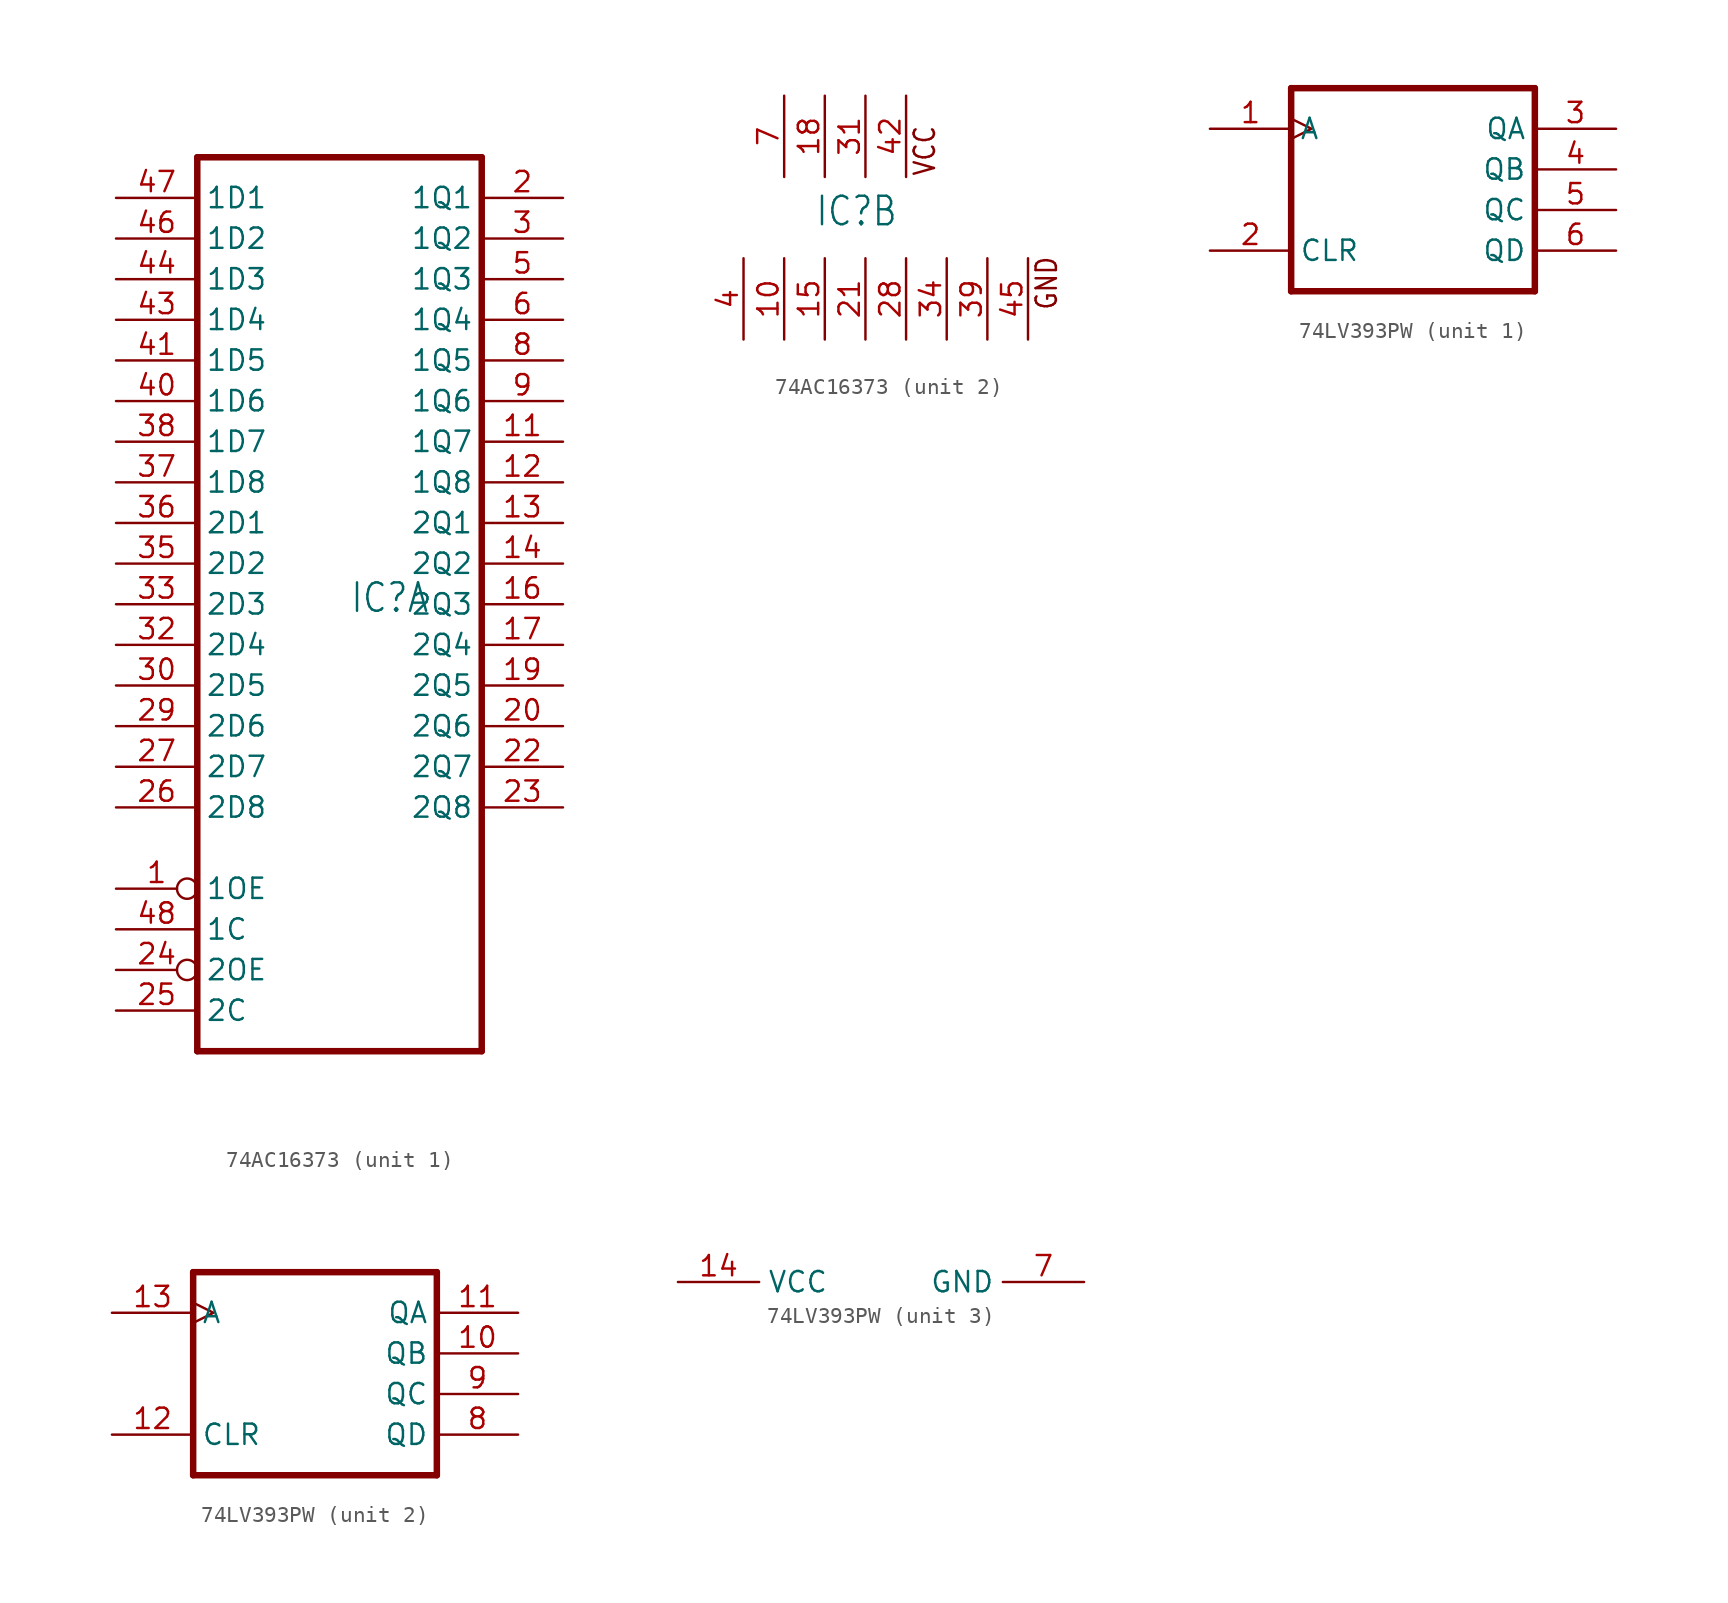
<source format=kicad_sym>
(kicad_symbol_lib
  (version 20231120)
  (generator "kicad_symbol_editor")
  (generator_version "8.0")
  (symbol "74AC16373"
    (property "Reference" "IC"
      (at -0.635 -0.635 0)
      (effects (font (size 1.778 1.511)) (justify left bottom)))
    (property "ki_locked" ""
      (at 0 0 0)
      (effects (font (size 1.27 1.27))))
    (symbol "74AC16373_1_0"
      (polyline (pts (xy -10.16 27.94) (xy -10.16 -27.94)) (stroke (width 0.406) (type solid)) (fill (type none)))
      (polyline (pts (xy -10.16 27.94) (xy 7.62 27.94)) (stroke (width 0.406) (type solid)) (fill (type none)))
      (polyline (pts (xy 7.62 -27.94) (xy -10.16 -27.94)) (stroke (width 0.406) (type solid)) (fill (type none)))
      (polyline (pts (xy 7.62 -27.94) (xy 7.62 27.94)) (stroke (width 0.406) (type solid)) (fill (type none)))
      (pin input inverted (at -15.24 -17.78 0) (length 5.08) (name "1OE" (effects (font (size 1.27 1.27)))) (number "1" (effects (font (size 1.27 1.27)))))
      (pin tri_state line (at 12.7 10.16 180) (length 5.08) (name "1Q7" (effects (font (size 1.27 1.27)))) (number "11" (effects (font (size 1.27 1.27)))))
      (pin tri_state line (at 12.7 7.62 180) (length 5.08) (name "1Q8" (effects (font (size 1.27 1.27)))) (number "12" (effects (font (size 1.27 1.27)))))
      (pin tri_state line (at 12.7 5.08 180) (length 5.08) (name "2Q1" (effects (font (size 1.27 1.27)))) (number "13" (effects (font (size 1.27 1.27)))))
      (pin tri_state line (at 12.7 2.54 180) (length 5.08) (name "2Q2" (effects (font (size 1.27 1.27)))) (number "14" (effects (font (size 1.27 1.27)))))
      (pin tri_state line (at 12.7 0 180) (length 5.08) (name "2Q3" (effects (font (size 1.27 1.27)))) (number "16" (effects (font (size 1.27 1.27)))))
      (pin tri_state line (at 12.7 -2.54 180) (length 5.08) (name "2Q4" (effects (font (size 1.27 1.27)))) (number "17" (effects (font (size 1.27 1.27)))))
      (pin tri_state line (at 12.7 -5.08 180) (length 5.08) (name "2Q5" (effects (font (size 1.27 1.27)))) (number "19" (effects (font (size 1.27 1.27)))))
      (pin tri_state line (at 12.7 25.4 180) (length 5.08) (name "1Q1" (effects (font (size 1.27 1.27)))) (number "2" (effects (font (size 1.27 1.27)))))
      (pin tri_state line (at 12.7 -7.62 180) (length 5.08) (name "2Q6" (effects (font (size 1.27 1.27)))) (number "20" (effects (font (size 1.27 1.27)))))
      (pin tri_state line (at 12.7 -10.16 180) (length 5.08) (name "2Q7" (effects (font (size 1.27 1.27)))) (number "22" (effects (font (size 1.27 1.27)))))
      (pin tri_state line (at 12.7 -12.7 180) (length 5.08) (name "2Q8" (effects (font (size 1.27 1.27)))) (number "23" (effects (font (size 1.27 1.27)))))
      (pin input inverted (at -15.24 -22.86 0) (length 5.08) (name "2OE" (effects (font (size 1.27 1.27)))) (number "24" (effects (font (size 1.27 1.27)))))
      (pin input line (at -15.24 -25.4 0) (length 5.08) (name "2C" (effects (font (size 1.27 1.27)))) (number "25" (effects (font (size 1.27 1.27)))))
      (pin input line (at -15.24 -12.7 0) (length 5.08) (name "2D8" (effects (font (size 1.27 1.27)))) (number "26" (effects (font (size 1.27 1.27)))))
      (pin input line (at -15.24 -10.16 0) (length 5.08) (name "2D7" (effects (font (size 1.27 1.27)))) (number "27" (effects (font (size 1.27 1.27)))))
      (pin input line (at -15.24 -7.62 0) (length 5.08) (name "2D6" (effects (font (size 1.27 1.27)))) (number "29" (effects (font (size 1.27 1.27)))))
      (pin tri_state line (at 12.7 22.86 180) (length 5.08) (name "1Q2" (effects (font (size 1.27 1.27)))) (number "3" (effects (font (size 1.27 1.27)))))
      (pin input line (at -15.24 -5.08 0) (length 5.08) (name "2D5" (effects (font (size 1.27 1.27)))) (number "30" (effects (font (size 1.27 1.27)))))
      (pin input line (at -15.24 -2.54 0) (length 5.08) (name "2D4" (effects (font (size 1.27 1.27)))) (number "32" (effects (font (size 1.27 1.27)))))
      (pin input line (at -15.24 0 0) (length 5.08) (name "2D3" (effects (font (size 1.27 1.27)))) (number "33" (effects (font (size 1.27 1.27)))))
      (pin input line (at -15.24 2.54 0) (length 5.08) (name "2D2" (effects (font (size 1.27 1.27)))) (number "35" (effects (font (size 1.27 1.27)))))
      (pin input line (at -15.24 5.08 0) (length 5.08) (name "2D1" (effects (font (size 1.27 1.27)))) (number "36" (effects (font (size 1.27 1.27)))))
      (pin input line (at -15.24 7.62 0) (length 5.08) (name "1D8" (effects (font (size 1.27 1.27)))) (number "37" (effects (font (size 1.27 1.27)))))
      (pin input line (at -15.24 10.16 0) (length 5.08) (name "1D7" (effects (font (size 1.27 1.27)))) (number "38" (effects (font (size 1.27 1.27)))))
      (pin input line (at -15.24 12.7 0) (length 5.08) (name "1D6" (effects (font (size 1.27 1.27)))) (number "40" (effects (font (size 1.27 1.27)))))
      (pin input line (at -15.24 15.24 0) (length 5.08) (name "1D5" (effects (font (size 1.27 1.27)))) (number "41" (effects (font (size 1.27 1.27)))))
      (pin input line (at -15.24 17.78 0) (length 5.08) (name "1D4" (effects (font (size 1.27 1.27)))) (number "43" (effects (font (size 1.27 1.27)))))
      (pin input line (at -15.24 20.32 0) (length 5.08) (name "1D3" (effects (font (size 1.27 1.27)))) (number "44" (effects (font (size 1.27 1.27)))))
      (pin input line (at -15.24 22.86 0) (length 5.08) (name "1D2" (effects (font (size 1.27 1.27)))) (number "46" (effects (font (size 1.27 1.27)))))
      (pin input line (at -15.24 25.4 0) (length 5.08) (name "1D1" (effects (font (size 1.27 1.27)))) (number "47" (effects (font (size 1.27 1.27)))))
      (pin input line (at -15.24 -20.32 0) (length 5.08) (name "1C" (effects (font (size 1.27 1.27)))) (number "48" (effects (font (size 1.27 1.27)))))
      (pin tri_state line (at 12.7 20.32 180) (length 5.08) (name "1Q3" (effects (font (size 1.27 1.27)))) (number "5" (effects (font (size 1.27 1.27)))))
      (pin tri_state line (at 12.7 17.78 180) (length 5.08) (name "1Q4" (effects (font (size 1.27 1.27)))) (number "6" (effects (font (size 1.27 1.27)))))
      (pin tri_state line (at 12.7 15.24 180) (length 5.08) (name "1Q5" (effects (font (size 1.27 1.27)))) (number "8" (effects (font (size 1.27 1.27)))))
      (pin tri_state line (at 12.7 12.7 180) (length 5.08) (name "1Q6" (effects (font (size 1.27 1.27)))) (number "9" (effects (font (size 1.27 1.27))))))
    (symbol "74AC16373_2_0"
      (text "GND" (at 14.605 -5.842 900) (effects (font (size 1.27 1.079)) (justify left bottom)))
      (text "VCC" (at 6.985 2.54 900) (effects (font (size 1.27 1.079)) (justify left bottom)))
      (pin power_in line (at -2.54 -7.62 90) (length 5.08) (name "GND@2" (effects (font (size 0 0)))) (number "10" (effects (font (size 1.27 1.27)))))
      (pin power_in line (at 0 -7.62 90) (length 5.08) (name "GND@3" (effects (font (size 0 0)))) (number "15" (effects (font (size 1.27 1.27)))))
      (pin power_in line (at 0 7.62 270) (length 5.08) (name "VCC@2" (effects (font (size 0 0)))) (number "18" (effects (font (size 1.27 1.27)))))
      (pin power_in line (at 2.54 -7.62 90) (length 5.08) (name "GND@4" (effects (font (size 0 0)))) (number "21" (effects (font (size 1.27 1.27)))))
      (pin power_in line (at 5.08 -7.62 90) (length 5.08) (name "GND@5" (effects (font (size 0 0)))) (number "28" (effects (font (size 1.27 1.27)))))
      (pin power_in line (at 2.54 7.62 270) (length 5.08) (name "VCC@3" (effects (font (size 0 0)))) (number "31" (effects (font (size 1.27 1.27)))))
      (pin power_in line (at 7.62 -7.62 90) (length 5.08) (name "GND@6" (effects (font (size 0 0)))) (number "34" (effects (font (size 1.27 1.27)))))
      (pin power_in line (at 10.16 -7.62 90) (length 5.08) (name "GND@7" (effects (font (size 0 0)))) (number "39" (effects (font (size 1.27 1.27)))))
      (pin power_in line (at -5.08 -7.62 90) (length 5.08) (name "GND@1" (effects (font (size 0 0)))) (number "4" (effects (font (size 1.27 1.27)))))
      (pin power_in line (at 5.08 7.62 270) (length 5.08) (name "VCC@4" (effects (font (size 0 0)))) (number "42" (effects (font (size 1.27 1.27)))))
      (pin power_in line (at 12.7 -7.62 90) (length 5.08) (name "GND@8" (effects (font (size 0 0)))) (number "45" (effects (font (size 1.27 1.27)))))
      (pin power_in line (at -2.54 7.62 270) (length 5.08) (name "VCC@1" (effects (font (size 0 0)))) (number "7" (effects (font (size 1.27 1.27)))))))
  (symbol "74LV393PW"
    (property "Reference" ""
      (at -12.7 2.54 0)
      (effects (font (size 1.27 1.079)) (justify left bottom) (hide yes)))
    (property "ki_locked" ""
      (at 0 0 0)
      (effects (font (size 1.27 1.27))))
    (symbol "74LV393PW_1_0"
      (polyline (pts (xy -7.62 -7.62) (xy 7.62 -7.62)) (stroke (width 0.406) (type solid)) (fill (type none)))
      (polyline (pts (xy -7.62 5.08) (xy -7.62 -7.62)) (stroke (width 0.406) (type solid)) (fill (type none)))
      (polyline (pts (xy 7.62 -7.62) (xy 7.62 5.08)) (stroke (width 0.406) (type solid)) (fill (type none)))
      (polyline (pts (xy 7.62 5.08) (xy -7.62 5.08)) (stroke (width 0.406) (type solid)) (fill (type none)))
      (pin input clock (at -12.7 2.54 0) (length 5.08) (name "A" (effects (font (size 1.27 1.27)))) (number "1" (effects (font (size 1.27 1.27)))))
      (pin input line (at -12.7 -5.08 0) (length 5.08) (name "CLR" (effects (font (size 1.27 1.27)))) (number "2" (effects (font (size 1.27 1.27)))))
      (pin output line (at 12.7 2.54 180) (length 5.08) (name "QA" (effects (font (size 1.27 1.27)))) (number "3" (effects (font (size 1.27 1.27)))))
      (pin output line (at 12.7 0 180) (length 5.08) (name "QB" (effects (font (size 1.27 1.27)))) (number "4" (effects (font (size 1.27 1.27)))))
      (pin output line (at 12.7 -2.54 180) (length 5.08) (name "QC" (effects (font (size 1.27 1.27)))) (number "5" (effects (font (size 1.27 1.27)))))
      (pin output line (at 12.7 -5.08 180) (length 5.08) (name "QD" (effects (font (size 1.27 1.27)))) (number "6" (effects (font (size 1.27 1.27))))))
    (symbol "74LV393PW_2_0"
      (polyline (pts (xy -7.62 -7.62) (xy 7.62 -7.62)) (stroke (width 0.406) (type solid)) (fill (type none)))
      (polyline (pts (xy -7.62 5.08) (xy -7.62 -7.62)) (stroke (width 0.406) (type solid)) (fill (type none)))
      (polyline (pts (xy 7.62 -7.62) (xy 7.62 5.08)) (stroke (width 0.406) (type solid)) (fill (type none)))
      (polyline (pts (xy 7.62 5.08) (xy -7.62 5.08)) (stroke (width 0.406) (type solid)) (fill (type none)))
      (pin output line (at 12.7 0 180) (length 5.08) (name "QB" (effects (font (size 1.27 1.27)))) (number "10" (effects (font (size 1.27 1.27)))))
      (pin output line (at 12.7 2.54 180) (length 5.08) (name "QA" (effects (font (size 1.27 1.27)))) (number "11" (effects (font (size 1.27 1.27)))))
      (pin input line (at -12.7 -5.08 0) (length 5.08) (name "CLR" (effects (font (size 1.27 1.27)))) (number "12" (effects (font (size 1.27 1.27)))))
      (pin input clock (at -12.7 2.54 0) (length 5.08) (name "A" (effects (font (size 1.27 1.27)))) (number "13" (effects (font (size 1.27 1.27)))))
      (pin output line (at 12.7 -5.08 180) (length 5.08) (name "QD" (effects (font (size 1.27 1.27)))) (number "8" (effects (font (size 1.27 1.27)))))
      (pin output line (at 12.7 -2.54 180) (length 5.08) (name "QC" (effects (font (size 1.27 1.27)))) (number "9" (effects (font (size 1.27 1.27))))))
    (symbol "74LV393PW_3_0"
      (pin power_in line (at -15.24 0 0) (length 5.08) (name "VCC" (effects (font (size 1.27 1.27)))) (number "14" (effects (font (size 1.27 1.27)))))
      (pin power_in line (at 10.16 0 180) (length 5.08) (name "GND" (effects (font (size 1.27 1.27)))) (number "7" (effects (font (size 1.27 1.27))))))))
</source>
